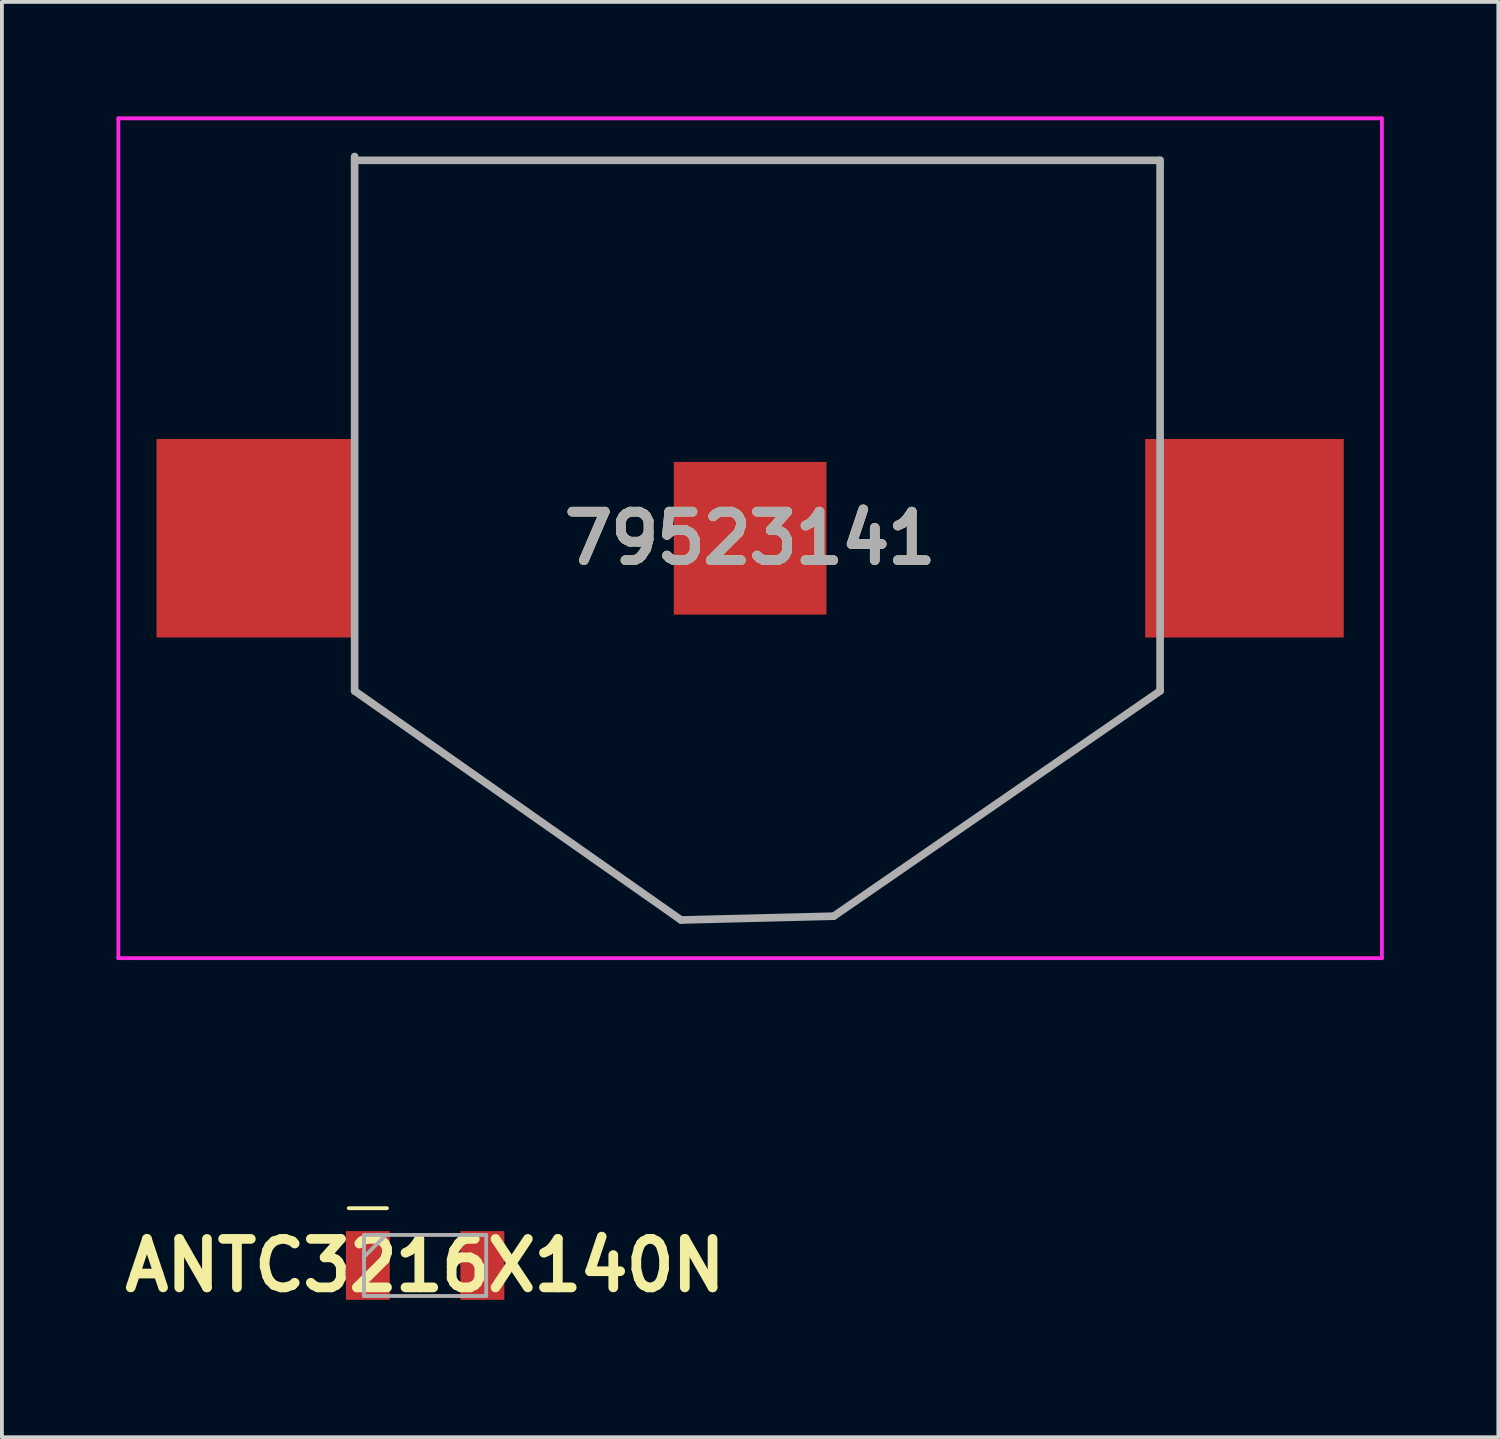
<source format=kicad_pcb>
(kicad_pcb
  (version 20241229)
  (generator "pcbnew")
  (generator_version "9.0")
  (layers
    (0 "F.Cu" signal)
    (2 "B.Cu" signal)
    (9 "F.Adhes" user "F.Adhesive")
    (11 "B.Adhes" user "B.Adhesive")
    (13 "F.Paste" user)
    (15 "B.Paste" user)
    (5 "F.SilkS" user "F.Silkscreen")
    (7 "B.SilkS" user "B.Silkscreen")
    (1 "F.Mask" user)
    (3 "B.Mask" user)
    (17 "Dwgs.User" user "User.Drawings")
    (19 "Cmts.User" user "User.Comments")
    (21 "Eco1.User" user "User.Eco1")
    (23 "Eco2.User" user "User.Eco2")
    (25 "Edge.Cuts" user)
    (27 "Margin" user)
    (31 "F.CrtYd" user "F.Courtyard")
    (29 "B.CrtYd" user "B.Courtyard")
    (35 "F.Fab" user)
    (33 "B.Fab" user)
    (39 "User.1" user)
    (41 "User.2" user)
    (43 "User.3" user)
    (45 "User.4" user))
  (footprint "ANTC3216X140N"
    (layer "F.Cu")
    (at 8.086 30.1)
    (property "Reference" "ANTC3216X140N" (at 0 0 0) (layer "F.SilkS") (effects (font (size 1.27 1.27) (thickness 0.254))))
    (attr smd)
    (fp_line (start -2 -1.5) (end -1 -1.5) (stroke (width 0.1) (type default)) (layer "F.SilkS"))
    (fp_line (start -1.6 -0.8) (end 1.6 -0.8) (stroke (width 0.1) (type solid)) (layer "F.Fab"))
    (fp_line (start -1.6 -0.225) (end -1.025 -0.8) (stroke (width 0.1) (type solid)) (layer "F.Fab"))
    (fp_line (start -1.6 0.8) (end -1.6 -0.8) (stroke (width 0.1) (type solid)) (layer "F.Fab"))
    (fp_line (start 1.6 -0.8) (end 1.6 0.8) (stroke (width 0.1) (type solid)) (layer "F.Fab"))
    (fp_line (start 1.6 0.8) (end -1.6 0.8) (stroke (width 0.1) (type solid)) (layer "F.Fab"))
    (pad "1" smd rect (at -1.5 0) (size 1.15 1.8) (layers "F.Cu" "F.Mask" "F.Paste"))
    (pad "2" smd rect (at 1.5 0) (size 1.15 1.8) (layers "F.Cu" "F.Mask" "F.Paste"))
    (zone (net_name "") (layer "Margin") (name "ANT_FIELD") (hatch edge 0.5) (connect_pads) (min_thickness 0.25) (filled_areas_thickness no) (keepout (tracks not_allowed) (vias not_allowed) (pads not_allowed) (copperpour allowed) (footprints allowed)) (placement (enabled no)) (fill) (polygon (pts (xy 5.086 25.1) (xy 11.586 25.1) (xy 11.586 31.6) (xy 5.086 31.6)))))
  (footprint "79523141"
    (layer "F.Cu")
    (at 16.6 11.05)
    (property "Reference" "79523141" (at 0 0 0) (layer "F.SilkS") (effects (font (size 1.27 1.27) (thickness 0.254))))
    (attr smd)
    (fp_line (start -10.36 -9.9) (end 10.74 -9.9) (stroke (width 0.1) (type solid)) (layer "F.SilkS"))
    (fp_line (start -10.36 -3) (end -10.36 -9.9) (stroke (width 0.1) (type solid)) (layer "F.SilkS"))
    (fp_line (start -10.36 3) (end -10.36 4) (stroke (width 0.1) (type solid)) (layer "F.SilkS"))
    (fp_line (start -10.36 4) (end -1.81 10) (stroke (width 0.1) (type solid)) (layer "F.SilkS"))
    (fp_line (start -1.81 10) (end 2.19 9.9) (stroke (width 0.1) (type solid)) (layer "F.SilkS"))
    (fp_line (start 2.19 9.9) (end 10.74 4) (stroke (width 0.1) (type solid)) (layer "F.SilkS"))
    (fp_line (start 10.74 -9.9) (end 10.74 -3) (stroke (width 0.1) (type solid)) (layer "F.SilkS"))
    (fp_line (start 10.74 4) (end 10.74 3) (stroke (width 0.1) (type solid)) (layer "F.SilkS"))
    (fp_line (start -16.55 -11) (end 16.55 -11) (stroke (width 0.1) (type solid)) (layer "F.CrtYd"))
    (fp_line (start -16.55 11) (end -16.55 -11) (stroke (width 0.1) (type solid)) (layer "F.CrtYd"))
    (fp_line (start 16.55 -11) (end 16.55 11) (stroke (width 0.1) (type solid)) (layer "F.CrtYd"))
    (fp_line (start 16.55 11) (end -16.55 11) (stroke (width 0.1) (type solid)) (layer "F.CrtYd"))
    (fp_line (start -10.36 -10) (end -10.36 4) (stroke (width 0.2) (type solid)) (layer "F.Fab"))
    (fp_line (start -10.36 4) (end -1.81 10) (stroke (width 0.2) (type solid)) (layer "F.Fab"))
    (fp_line (start -1.81 10) (end 2.19 9.9) (stroke (width 0.2) (type solid)) (layer "F.Fab"))
    (fp_line (start 2.19 9.9) (end 10.74 4) (stroke (width 0.2) (type solid)) (layer "F.Fab"))
    (fp_line (start 10.74 -9.9) (end -10.36 -9.9) (stroke (width 0.2) (type solid)) (layer "F.Fab"))
    (fp_line (start 10.74 4) (end 10.74 -9.9) (stroke (width 0.2) (type solid)) (layer "F.Fab"))
    (fp_text user "${REFERENCE}" (at 0 0 0) (layer "F.Fab") (effects (font (size 1.27 1.27) (thickness 0.254))))
    (pad "1" smd rect (at -12.95 0 90) (size 5.2 5.2) (layers "F.Cu" "F.Mask" "F.Paste"))
    (pad "2" smd rect (at 12.95 0 90) (size 5.2 5.2) (layers "F.Cu" "F.Mask" "F.Paste"))
    (pad "3" smd rect (at 0 0 90) (size 4 4) (layers "F.Cu" "F.Mask" "F.Paste")))
  (gr_rect
    (start -3 -3)
    (end 36.2 34.6)
    (stroke (width 0.1) (type default))
    (fill no)
    (layer "Edge.Cuts")))
</source>
